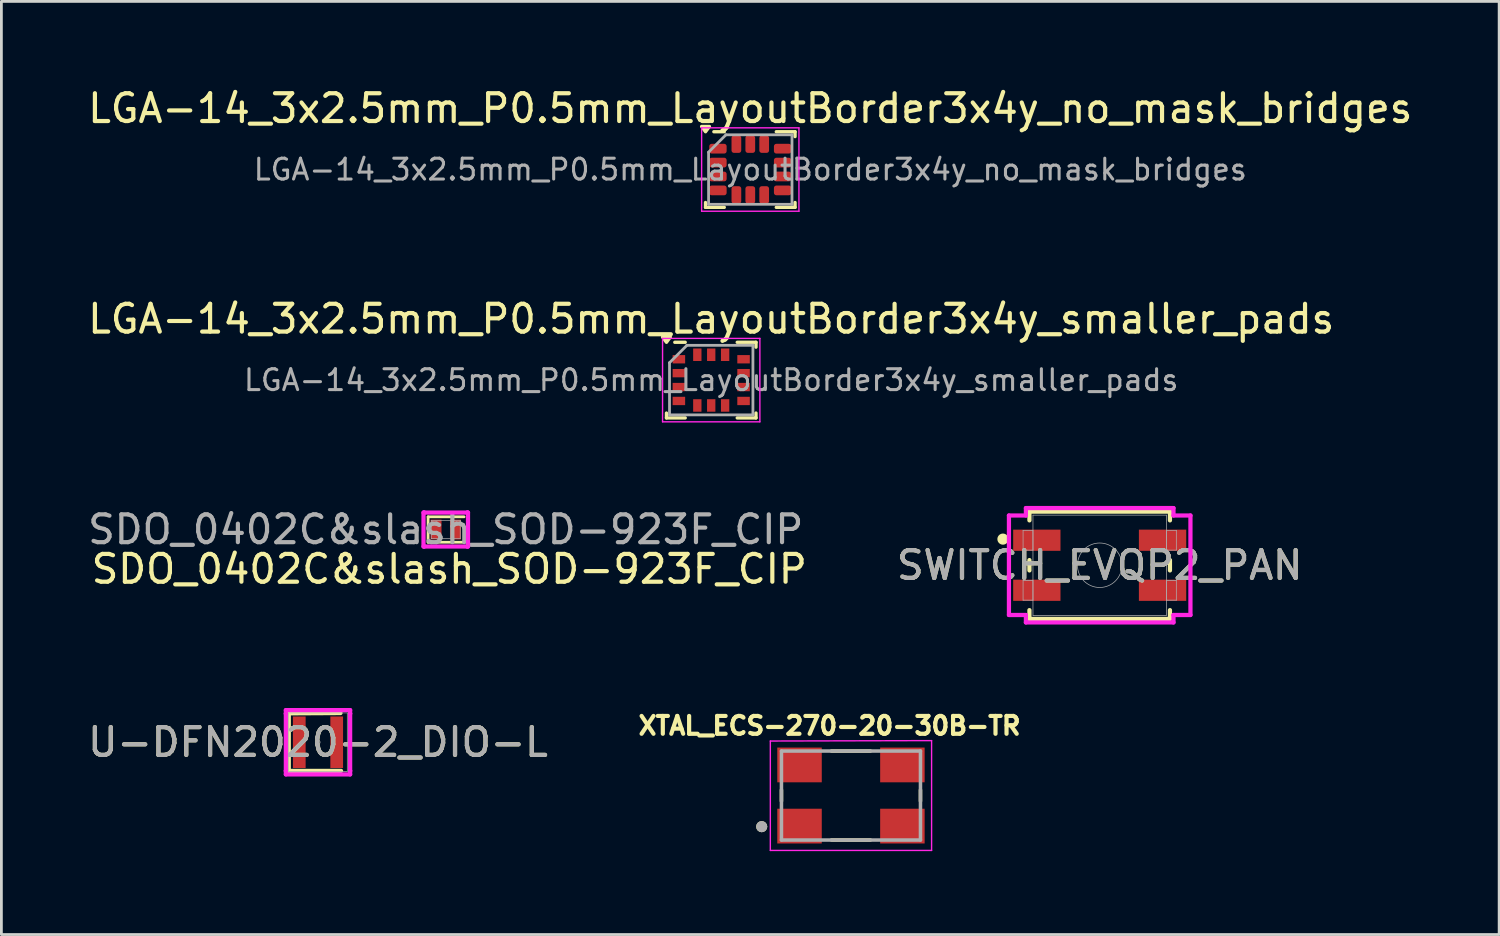
<source format=kicad_pcb>
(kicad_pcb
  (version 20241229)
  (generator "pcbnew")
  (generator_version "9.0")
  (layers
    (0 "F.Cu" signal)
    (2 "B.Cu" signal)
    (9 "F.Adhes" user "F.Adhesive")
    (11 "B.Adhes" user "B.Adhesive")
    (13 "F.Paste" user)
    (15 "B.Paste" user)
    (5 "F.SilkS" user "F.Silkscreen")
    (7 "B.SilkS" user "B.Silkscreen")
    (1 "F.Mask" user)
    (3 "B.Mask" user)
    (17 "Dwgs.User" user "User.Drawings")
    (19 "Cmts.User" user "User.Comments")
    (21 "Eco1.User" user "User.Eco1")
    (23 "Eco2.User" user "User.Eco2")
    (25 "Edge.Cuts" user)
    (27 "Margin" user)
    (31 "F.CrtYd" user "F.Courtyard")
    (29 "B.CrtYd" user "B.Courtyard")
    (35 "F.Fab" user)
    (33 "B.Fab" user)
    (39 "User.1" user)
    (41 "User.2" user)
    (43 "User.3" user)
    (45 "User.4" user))
  (footprint "XTAL_ECS-270-20-30B-TR"
    (layer "F.Cu")
    (at 27.556 25.562)
    (property "Reference" "XTAL_ECS-270-20-30B-TR" (at -0.769 -2.51 0) (layer "F.SilkS") (effects (font (size 0.641 0.641) (thickness 0.15))))
    (attr smd)
    (fp_line (start -2.5 0.2) (end -2.5 -0.2) (stroke (width 0.127) (type solid)) (layer "F.SilkS"))
    (fp_line (start -0.7 1.6) (end 0.7 1.6) (stroke (width 0.127) (type solid)) (layer "F.SilkS"))
    (fp_line (start 0.7 -1.6) (end -0.7 -1.6) (stroke (width 0.127) (type solid)) (layer "F.SilkS"))
    (fp_line (start 2.5 0.2) (end 2.5 -0.2) (stroke (width 0.127) (type solid)) (layer "F.SilkS"))
    (fp_circle (center -3.21 1.12) (end -3.11 1.12) (stroke (width 0.2) (type solid)) (fill no) (layer "F.SilkS"))
    (fp_line (start -2.9 -1.96) (end -2.9 1.975) (stroke (width 0.05) (type solid)) (layer "F.CrtYd"))
    (fp_line (start -2.9 1.975) (end 2.9 1.975) (stroke (width 0.05) (type solid)) (layer "F.CrtYd"))
    (fp_line (start 2.9 -1.975) (end -2.9 -1.96) (stroke (width 0.05) (type solid)) (layer "F.CrtYd"))
    (fp_line (start 2.9 1.975) (end 2.9 -1.975) (stroke (width 0.05) (type solid)) (layer "F.CrtYd"))
    (fp_line (start -2.5 -1.6) (end -2.5 1.6) (stroke (width 0.127) (type solid)) (layer "F.Fab"))
    (fp_line (start -2.5 1.6) (end 2.5 1.6) (stroke (width 0.127) (type solid)) (layer "F.Fab"))
    (fp_line (start 2.5 -1.6) (end -2.5 -1.6) (stroke (width 0.127) (type solid)) (layer "F.Fab"))
    (fp_line (start 2.5 1.6) (end 2.5 -1.6) (stroke (width 0.127) (type solid)) (layer "F.Fab"))
    (fp_circle (center -3.21 1.12) (end -3.11 1.12) (stroke (width 0.2) (type solid)) (fill no) (layer "F.Fab"))
    (pad "1" smd rect (at -1.85 1.1) (size 1.6 1.25) (layers "F.Cu" "F.Mask" "F.Paste"))
    (pad "2" smd rect (at 1.85 1.1) (size 1.6 1.25) (layers "F.Cu" "F.Mask" "F.Paste"))
    (pad "3" smd rect (at 1.85 -1.1) (size 1.6 1.25) (layers "F.Cu" "F.Mask" "F.Paste"))
    (pad "4" smd rect (at -1.85 -1.1) (size 1.6 1.25) (layers "F.Cu" "F.Mask" "F.Paste")))
  (footprint "SDO_0402C&slash_SOD-923F_CIP"
    (layer "F.Cu")
    (at 12.982 15.995)
    (property "Reference" "SDO_0402C&slash_SOD-923F_CIP" (at 0.127 1.422 0) (unlocked yes) (layer "F.SilkS") (effects (font (size 1 1) (thickness 0.15))))
    (attr smd)
    (fp_line (start -0.635 -0.457) (end -0.635 0.457) (stroke (width 0.1) (type default)) (layer "F.SilkS"))
    (fp_line (start -0.635 0.457) (end 0.66 0.457) (stroke (width 0.1) (type default)) (layer "F.SilkS"))
    (fp_line (start 0.66 -0.457) (end -0.635 -0.457) (stroke (width 0.1) (type default)) (layer "F.SilkS"))
    (fp_line (start -0.8 -0.61) (end -0.775 -0.61) (stroke (width 0.152) (type solid)) (layer "F.CrtYd"))
    (fp_line (start -0.8 0.61) (end -0.8 -0.61) (stroke (width 0.152) (type solid)) (layer "F.CrtYd"))
    (fp_line (start -0.775 -0.61) (end -0.775 -0.61) (stroke (width 0.152) (type solid)) (layer "F.CrtYd"))
    (fp_line (start -0.775 -0.61) (end 0.775 -0.61) (stroke (width 0.152) (type solid)) (layer "F.CrtYd"))
    (fp_line (start -0.775 0.61) (end -0.8 0.61) (stroke (width 0.152) (type solid)) (layer "F.CrtYd"))
    (fp_line (start -0.775 0.61) (end -0.775 0.61) (stroke (width 0.152) (type solid)) (layer "F.CrtYd"))
    (fp_line (start 0.775 -0.61) (end 0.775 -0.61) (stroke (width 0.152) (type solid)) (layer "F.CrtYd"))
    (fp_line (start 0.775 -0.61) (end 0.8 -0.61) (stroke (width 0.152) (type solid)) (layer "F.CrtYd"))
    (fp_line (start 0.775 0.61) (end -0.775 0.61) (stroke (width 0.152) (type solid)) (layer "F.CrtYd"))
    (fp_line (start 0.775 0.61) (end 0.775 0.61) (stroke (width 0.152) (type solid)) (layer "F.CrtYd"))
    (fp_line (start 0.8 -0.61) (end 0.8 0.61) (stroke (width 0.152) (type solid)) (layer "F.CrtYd"))
    (fp_line (start 0.8 0.61) (end 0.775 0.61) (stroke (width 0.152) (type solid)) (layer "F.CrtYd"))
    (fp_line (start -0.521 -0.33) (end -0.521 0.33) (stroke (width 0.025) (type solid)) (layer "F.Fab"))
    (fp_line (start -0.521 0.33) (end 0.521 0.33) (stroke (width 0.025) (type solid)) (layer "F.Fab"))
    (fp_line (start 0.521 -0.33) (end -0.521 -0.33) (stroke (width 0.025) (type solid)) (layer "F.Fab"))
    (fp_line (start 0.521 0.33) (end 0.521 -0.33) (stroke (width 0.025) (type solid)) (layer "F.Fab"))
    (fp_text user "${REFERENCE}" (at 0 0 0) (unlocked yes) (layer "F.Fab") (effects (font (size 1 1) (thickness 0.15))))
    (pad "1" smd rect (at -0.349 0) (size 0.394 0.711) (layers "F.Cu" "F.Mask" "F.Paste"))
    (pad "2" smd rect (at 0.349 0) (size 0.394 0.711) (layers "F.Cu" "F.Mask" "F.Paste"))
    (zone (net_name "") (layer "F.Cu") (hatch full 0.508) (connect_pads) (min_thickness 0.254) (filled_areas_thickness no) (keepout (tracks not_allowed) (vias not_allowed) (pads allowed) (copperpour not_allowed) (footprints allowed)) (placement (enabled no)) (fill) (polygon (pts (xy 12.881 15.69) (xy 13.084 15.69) (xy 13.084 16.3) (xy 12.881 16.3)))))
  (footprint "LGA-14_3x2.5mm_P0.5mm_LayoutBorder3x4y_smaller_pads"
    (layer "F.Cu")
    (at 22.53 10.621)
    (property "Reference" "LGA-14_3x2.5mm_P0.5mm_LayoutBorder3x4y_smaller_pads" (at 0 -2.2 0) (layer "F.SilkS") (effects (font (size 1 1) (thickness 0.15))))
    (attr smd)
    (fp_line (start -1.61 1.36) (end -1.61 1.185) (stroke (width 0.12) (type solid)) (layer "F.SilkS"))
    (fp_line (start -0.935 -1.36) (end -1.31 -1.36) (stroke (width 0.12) (type solid)) (layer "F.SilkS"))
    (fp_line (start -0.935 1.36) (end -1.61 1.36) (stroke (width 0.12) (type solid)) (layer "F.SilkS"))
    (fp_line (start 0.935 -1.36) (end 1.61 -1.36) (stroke (width 0.12) (type solid)) (layer "F.SilkS"))
    (fp_line (start 0.935 1.36) (end 1.61 1.36) (stroke (width 0.12) (type solid)) (layer "F.SilkS"))
    (fp_line (start 1.61 -1.36) (end 1.61 -1.185) (stroke (width 0.12) (type solid)) (layer "F.SilkS"))
    (fp_line (start 1.61 1.36) (end 1.61 1.185) (stroke (width 0.12) (type solid)) (layer "F.SilkS"))
    (fp_poly (pts (xy -1.61 -1.36) (xy -1.75 -1.55) (xy -1.47 -1.55) (xy -1.61 -1.36)) (stroke (width 0.12) (type solid)) (fill yes) (layer "F.SilkS"))
    (fp_line (start -1.75 -1.5) (end -1.75 1.5) (stroke (width 0.05) (type solid)) (layer "F.CrtYd"))
    (fp_line (start -1.75 1.5) (end 1.75 1.5) (stroke (width 0.05) (type solid)) (layer "F.CrtYd"))
    (fp_line (start 1.75 -1.5) (end -1.75 -1.5) (stroke (width 0.05) (type solid)) (layer "F.CrtYd"))
    (fp_line (start 1.75 1.5) (end 1.75 -1.5) (stroke (width 0.05) (type solid)) (layer "F.CrtYd"))
    (fp_line (start -1.5 -0.625) (end -0.875 -1.25) (stroke (width 0.1) (type solid)) (layer "F.Fab"))
    (fp_line (start -1.5 1.25) (end -1.5 -0.625) (stroke (width 0.1) (type solid)) (layer "F.Fab"))
    (fp_line (start -0.875 -1.25) (end 1.5 -1.25) (stroke (width 0.1) (type solid)) (layer "F.Fab"))
    (fp_line (start 1.5 -1.25) (end 1.5 1.25) (stroke (width 0.1) (type solid)) (layer "F.Fab"))
    (fp_line (start 1.5 1.25) (end -1.5 1.25) (stroke (width 0.1) (type solid)) (layer "F.Fab"))
    (fp_rect (start -1.5 -1.25) (end 1.5 1.25) (stroke (width 0.01) (type default)) (fill no) (layer "User.1"))
    (fp_text user "${REFERENCE}" (at 0 0 0) (layer "F.Fab") (effects (font (size 0.75 0.75) (thickness 0.11))))
    (pad "1" smd rect (at -1.163 -0.75) (size 0.45 0.3) (layers "F.Cu" "F.Mask" "F.Paste"))
    (pad "2" smd rect (at -1.163 -0.25) (size 0.45 0.3) (layers "F.Cu" "F.Mask" "F.Paste"))
    (pad "3" smd rect (at -1.163 0.25) (size 0.45 0.3) (layers "F.Cu" "F.Mask" "F.Paste"))
    (pad "4" smd rect (at -1.163 0.75) (size 0.45 0.3) (layers "F.Cu" "F.Mask" "F.Paste"))
    (pad "5" smd rect (at -0.5 0.912) (size 0.3 0.45) (layers "F.Cu" "F.Mask" "F.Paste"))
    (pad "6" smd rect (at 0 0.912) (size 0.3 0.45) (layers "F.Cu" "F.Mask" "F.Paste"))
    (pad "7" smd rect (at 0.5 0.912) (size 0.3 0.45) (layers "F.Cu" "F.Mask" "F.Paste"))
    (pad "8" smd rect (at 1.163 0.75) (size 0.45 0.3) (layers "F.Cu" "F.Mask" "F.Paste"))
    (pad "9" smd rect (at 1.163 0.25) (size 0.45 0.3) (layers "F.Cu" "F.Mask" "F.Paste"))
    (pad "10" smd rect (at 1.163 -0.25) (size 0.45 0.3) (layers "F.Cu" "F.Mask" "F.Paste"))
    (pad "11" smd rect (at 1.163 -0.75) (size 0.45 0.3) (layers "F.Cu" "F.Mask" "F.Paste"))
    (pad "12" smd rect (at 0.5 -0.912) (size 0.3 0.45) (layers "F.Cu" "F.Mask" "F.Paste"))
    (pad "13" smd rect (at 0 -0.912) (size 0.3 0.45) (layers "F.Cu" "F.Mask" "F.Paste"))
    (pad "14" smd rect (at -0.5 -0.912) (size 0.3 0.45) (layers "F.Cu" "F.Mask" "F.Paste")))
  (footprint "U-DFN2020-2_DIO-L"
    (layer "F.Cu")
    (at 8.387 23.646)
    (property "Reference" "U-DFN2020-2_DIO-L" (at 0 0 0) (unlocked yes) (layer "F.SilkS") (effects (font (size 1 1) (thickness 0.15))))
    (attr smd)
    (fp_line (start -1.05 -1.04) (end -1.05 1.03) (stroke (width 0.15) (type default)) (layer "F.SilkS"))
    (fp_line (start -1.05 1.03) (end 0.83 1.03) (stroke (width 0.15) (type solid)) (layer "F.SilkS"))
    (fp_line (start 0.81 -1.05) (end -1.05 -1.04) (stroke (width 0.15) (type solid)) (layer "F.SilkS"))
    (fp_line (start -1.156 -1.156) (end 1.156 -1.156) (stroke (width 0.152) (type solid)) (layer "F.CrtYd"))
    (fp_line (start -1.156 -1.029) (end -1.156 -1.156) (stroke (width 0.152) (type solid)) (layer "F.CrtYd"))
    (fp_line (start -1.156 -1.029) (end -1.156 -1.029) (stroke (width 0.152) (type solid)) (layer "F.CrtYd"))
    (fp_line (start -1.156 1.029) (end -1.156 -1.029) (stroke (width 0.152) (type solid)) (layer "F.CrtYd"))
    (fp_line (start -1.156 1.029) (end -1.156 1.029) (stroke (width 0.152) (type solid)) (layer "F.CrtYd"))
    (fp_line (start -1.156 1.156) (end -1.156 1.029) (stroke (width 0.152) (type solid)) (layer "F.CrtYd"))
    (fp_line (start 1.156 -1.156) (end 1.156 -1.029) (stroke (width 0.152) (type solid)) (layer "F.CrtYd"))
    (fp_line (start 1.156 -1.029) (end 1.156 -1.029) (stroke (width 0.152) (type solid)) (layer "F.CrtYd"))
    (fp_line (start 1.156 -1.029) (end 1.156 1.029) (stroke (width 0.152) (type solid)) (layer "F.CrtYd"))
    (fp_line (start 1.156 1.029) (end 1.156 1.029) (stroke (width 0.152) (type solid)) (layer "F.CrtYd"))
    (fp_line (start 1.156 1.029) (end 1.156 1.156) (stroke (width 0.152) (type solid)) (layer "F.CrtYd"))
    (fp_line (start 1.156 1.156) (end -1.156 1.156) (stroke (width 0.152) (type solid)) (layer "F.CrtYd"))
    (fp_line (start -1.054 -1.054) (end -1.054 1.054) (stroke (width 0.025) (type solid)) (layer "F.Fab"))
    (fp_line (start -1.054 1.054) (end 1.054 1.054) (stroke (width 0.025) (type solid)) (layer "F.Fab"))
    (fp_line (start 1.054 -1.054) (end -1.054 -1.054) (stroke (width 0.025) (type solid)) (layer "F.Fab"))
    (fp_line (start 1.054 1.054) (end 1.054 -1.054) (stroke (width 0.025) (type solid)) (layer "F.Fab"))
    (fp_circle (center 0 0) (end 0.076 0) (stroke (width 0.025) (type solid)) (fill no) (layer "F.Fab"))
    (fp_text user "${REFERENCE}" (at 0 0 0) (unlocked yes) (layer "F.Fab") (effects (font (size 1 1) (thickness 0.15))))
    (pad "1" smd rect (at -0.673 0) (size 0.457 1.854) (layers "F.Cu" "F.Mask" "F.Paste"))
    (pad "2" smd rect (at 0.673 0) (size 0.457 1.854) (layers "F.Cu" "F.Mask" "F.Paste")))
  (footprint "SWITCH_EVQP2_PAN"
    (layer "F.Cu")
    (at 36.502 17.28)
    (property "Reference" "SWITCH_EVQP2_PAN" (at 0 0 0) (unlocked yes) (layer "F.SilkS") (effects (font (size 1 1) (thickness 0.15))))
    (attr smd)
    (fp_line (start -2.527 -1.93) (end -2.527 -1.614) (stroke (width 0.152) (type solid)) (layer "F.SilkS"))
    (fp_line (start -2.527 -0.186) (end -2.527 0.186) (stroke (width 0.152) (type solid)) (layer "F.SilkS"))
    (fp_line (start -2.527 1.614) (end -2.527 1.93) (stroke (width 0.152) (type solid)) (layer "F.SilkS"))
    (fp_line (start -2.527 1.93) (end 2.527 1.93) (stroke (width 0.152) (type solid)) (layer "F.SilkS"))
    (fp_line (start 2.527 -1.93) (end -2.527 -1.93) (stroke (width 0.152) (type solid)) (layer "F.SilkS"))
    (fp_line (start 2.527 -1.614) (end 2.527 -1.93) (stroke (width 0.152) (type solid)) (layer "F.SilkS"))
    (fp_line (start 2.527 0.186) (end 2.527 -0.186) (stroke (width 0.152) (type solid)) (layer "F.SilkS"))
    (fp_line (start 2.527 1.93) (end 2.527 1.614) (stroke (width 0.152) (type solid)) (layer "F.SilkS"))
    (fp_circle (center -3.48 -0.94) (end -3.33 -0.94) (stroke (width 0.1) (type solid)) (fill yes) (layer "F.SilkS"))
    (fp_line (start -3.264 -1.789) (end -2.654 -1.789) (stroke (width 0.152) (type solid)) (layer "F.CrtYd"))
    (fp_line (start -3.264 1.789) (end -3.264 -1.789) (stroke (width 0.152) (type solid)) (layer "F.CrtYd"))
    (fp_line (start -2.654 -2.057) (end 2.654 -2.057) (stroke (width 0.152) (type solid)) (layer "F.CrtYd"))
    (fp_line (start -2.654 -1.789) (end -2.654 -2.057) (stroke (width 0.152) (type solid)) (layer "F.CrtYd"))
    (fp_line (start -2.654 1.789) (end -3.264 1.789) (stroke (width 0.152) (type solid)) (layer "F.CrtYd"))
    (fp_line (start -2.654 2.057) (end -2.654 1.789) (stroke (width 0.152) (type solid)) (layer "F.CrtYd"))
    (fp_line (start 2.654 -2.057) (end 2.654 -1.789) (stroke (width 0.152) (type solid)) (layer "F.CrtYd"))
    (fp_line (start 2.654 -1.789) (end 3.264 -1.789) (stroke (width 0.152) (type solid)) (layer "F.CrtYd"))
    (fp_line (start 2.654 1.789) (end 2.654 2.057) (stroke (width 0.152) (type solid)) (layer "F.CrtYd"))
    (fp_line (start 2.654 2.057) (end -2.654 2.057) (stroke (width 0.152) (type solid)) (layer "F.CrtYd"))
    (fp_line (start 3.264 -1.789) (end 3.264 1.789) (stroke (width 0.152) (type solid)) (layer "F.CrtYd"))
    (fp_line (start 3.264 1.789) (end 2.654 1.789) (stroke (width 0.152) (type solid)) (layer "F.CrtYd"))
    (fp_line (start -2.756 -1.256) (end -2.756 -0.544) (stroke (width 0.025) (type solid)) (layer "F.Fab"))
    (fp_line (start -2.756 -0.544) (end -2.4 -0.544) (stroke (width 0.025) (type solid)) (layer "F.Fab"))
    (fp_line (start -2.756 0.544) (end -2.756 1.256) (stroke (width 0.025) (type solid)) (layer "F.Fab"))
    (fp_line (start -2.756 1.256) (end -2.4 1.256) (stroke (width 0.025) (type solid)) (layer "F.Fab"))
    (fp_line (start -2.4 -1.803) (end -2.4 1.803) (stroke (width 0.025) (type solid)) (layer "F.Fab"))
    (fp_line (start -2.4 -1.256) (end -2.756 -1.256) (stroke (width 0.025) (type solid)) (layer "F.Fab"))
    (fp_line (start -2.4 -0.544) (end -2.4 -1.256) (stroke (width 0.025) (type solid)) (layer "F.Fab"))
    (fp_line (start -2.4 0.544) (end -2.756 0.544) (stroke (width 0.025) (type solid)) (layer "F.Fab"))
    (fp_line (start -2.4 1.256) (end -2.4 0.544) (stroke (width 0.025) (type solid)) (layer "F.Fab"))
    (fp_line (start -2.4 1.803) (end 2.4 1.803) (stroke (width 0.025) (type solid)) (layer "F.Fab"))
    (fp_line (start 2.4 -1.803) (end -2.4 -1.803) (stroke (width 0.025) (type solid)) (layer "F.Fab"))
    (fp_line (start 2.4 -1.256) (end 2.4 -0.544) (stroke (width 0.025) (type solid)) (layer "F.Fab"))
    (fp_line (start 2.4 -0.544) (end 2.756 -0.544) (stroke (width 0.025) (type solid)) (layer "F.Fab"))
    (fp_line (start 2.4 0.544) (end 2.4 1.256) (stroke (width 0.025) (type solid)) (layer "F.Fab"))
    (fp_line (start 2.4 1.256) (end 2.756 1.256) (stroke (width 0.025) (type solid)) (layer "F.Fab"))
    (fp_line (start 2.4 1.803) (end 2.4 -1.803) (stroke (width 0.025) (type solid)) (layer "F.Fab"))
    (fp_line (start 2.756 -1.256) (end 2.4 -1.256) (stroke (width 0.025) (type solid)) (layer "F.Fab"))
    (fp_line (start 2.756 -0.544) (end 2.756 -1.256) (stroke (width 0.025) (type solid)) (layer "F.Fab"))
    (fp_line (start 2.756 0.544) (end 2.4 0.544) (stroke (width 0.025) (type solid)) (layer "F.Fab"))
    (fp_line (start 2.756 1.256) (end 2.756 0.544) (stroke (width 0.025) (type solid)) (layer "F.Fab"))
    (fp_circle (center 0 0) (end 0.8 0) (stroke (width 0.025) (type solid)) (fill no) (layer "F.Fab"))
    (fp_text user "${REFERENCE}" (at 0 0 0) (unlocked yes) (layer "F.Fab") (effects (font (size 1 1) (thickness 0.15))))
    (pad "1" smd rect (at -2.261 -0.9) (size 1.702 0.762) (layers "F.Cu" "F.Mask" "F.Paste"))
    (pad "2" smd rect (at -2.261 0.9) (size 1.702 0.762) (layers "F.Cu" "F.Mask" "F.Paste"))
    (pad "3" smd rect (at 2.261 0.9) (size 1.702 0.762) (layers "F.Cu" "F.Mask" "F.Paste"))
    (pad "4" smd rect (at 2.261 -0.9) (size 1.702 0.762) (layers "F.Cu" "F.Mask" "F.Paste")))
  (footprint "LGA-14_3x2.5mm_P0.5mm_LayoutBorder3x4y_no_mask_bridges"
    (layer "F.Cu")
    (at 23.935 3.048)
    (property "Reference" "LGA-14_3x2.5mm_P0.5mm_LayoutBorder3x4y_no_mask_bridges" (at 0 -2.2 0) (layer "F.SilkS") (effects (font (size 1 1) (thickness 0.15))))
    (attr smd)
    (fp_rect (start -1.48 -0.93) (end -0.84 0.935) (stroke (width 0.01) (type solid)) (fill yes) (layer "F.Mask"))
    (fp_rect (start -0.84 -0.93) (end -0.685 -0.59) (stroke (width 0.01) (type solid)) (fill yes) (layer "F.Mask"))
    (fp_rect (start -0.84 0.58) (end -0.685 0.935) (stroke (width 0.01) (type solid)) (fill yes) (layer "F.Mask"))
    (fp_rect (start -0.685 -1.235) (end 0.685 -0.59) (stroke (width 0.01) (type solid)) (fill yes) (layer "F.Mask"))
    (fp_rect (start -0.685 0.58) (end 0.685 1.245) (stroke (width 0.01) (type solid)) (fill yes) (layer "F.Mask"))
    (fp_rect (start 0.685 -0.93) (end 0.84 -0.59) (stroke (width 0.01) (type solid)) (fill yes) (layer "F.Mask"))
    (fp_rect (start 0.685 0.58) (end 0.84 0.935) (stroke (width 0.01) (type solid)) (fill yes) (layer "F.Mask"))
    (fp_rect (start 0.84 -0.93) (end 1.48 0.935) (stroke (width 0.01) (type solid)) (fill yes) (layer "F.Mask"))
    (fp_line (start -1.61 1.36) (end -1.61 1.185) (stroke (width 0.12) (type solid)) (layer "F.SilkS"))
    (fp_line (start -0.935 -1.36) (end -1.31 -1.36) (stroke (width 0.12) (type solid)) (layer "F.SilkS"))
    (fp_line (start -0.935 1.36) (end -1.61 1.36) (stroke (width 0.12) (type solid)) (layer "F.SilkS"))
    (fp_line (start 0.935 -1.36) (end 1.61 -1.36) (stroke (width 0.12) (type solid)) (layer "F.SilkS"))
    (fp_line (start 0.935 1.36) (end 1.61 1.36) (stroke (width 0.12) (type solid)) (layer "F.SilkS"))
    (fp_line (start 1.61 -1.36) (end 1.61 -1.185) (stroke (width 0.12) (type solid)) (layer "F.SilkS"))
    (fp_line (start 1.61 1.36) (end 1.61 1.185) (stroke (width 0.12) (type solid)) (layer "F.SilkS"))
    (fp_poly (pts (xy -1.61 -1.36) (xy -1.75 -1.55) (xy -1.47 -1.55) (xy -1.61 -1.36)) (stroke (width 0.12) (type solid)) (fill yes) (layer "F.SilkS"))
    (fp_line (start -1.75 -1.5) (end -1.75 1.5) (stroke (width 0.05) (type solid)) (layer "F.CrtYd"))
    (fp_line (start -1.75 1.5) (end 1.75 1.5) (stroke (width 0.05) (type solid)) (layer "F.CrtYd"))
    (fp_line (start 1.75 -1.5) (end -1.75 -1.5) (stroke (width 0.05) (type solid)) (layer "F.CrtYd"))
    (fp_line (start 1.75 1.5) (end 1.75 -1.5) (stroke (width 0.05) (type solid)) (layer "F.CrtYd"))
    (fp_line (start -1.5 -0.625) (end -0.875 -1.25) (stroke (width 0.1) (type solid)) (layer "F.Fab"))
    (fp_line (start -1.5 1.25) (end -1.5 -0.625) (stroke (width 0.1) (type solid)) (layer "F.Fab"))
    (fp_line (start -0.875 -1.25) (end 1.5 -1.25) (stroke (width 0.1) (type solid)) (layer "F.Fab"))
    (fp_line (start 1.5 -1.25) (end 1.5 1.25) (stroke (width 0.1) (type solid)) (layer "F.Fab"))
    (fp_line (start 1.5 1.25) (end -1.5 1.25) (stroke (width 0.1) (type solid)) (layer "F.Fab"))
    (fp_text user "${REFERENCE}" (at 0 0 0) (layer "F.Fab") (effects (font (size 0.75 0.75) (thickness 0.11))))
    (pad "1" smd roundrect (at -1.163 -0.75) (size 0.625 0.35) (layers "F.Cu" "F.Paste") (roundrect_rratio 0.25))
    (pad "2" smd roundrect (at -1.163 -0.25) (size 0.625 0.35) (layers "F.Cu" "F.Paste") (roundrect_rratio 0.25))
    (pad "3" smd roundrect (at -1.163 0.25) (size 0.625 0.35) (layers "F.Cu" "F.Paste") (roundrect_rratio 0.25))
    (pad "4" smd roundrect (at -1.163 0.75) (size 0.625 0.35) (layers "F.Cu" "F.Paste") (roundrect_rratio 0.25))
    (pad "5" smd roundrect (at -0.5 0.912) (size 0.35 0.625) (layers "F.Cu" "F.Paste") (roundrect_rratio 0.25))
    (pad "6" smd roundrect (at 0 0.912) (size 0.35 0.625) (layers "F.Cu" "F.Paste") (roundrect_rratio 0.25))
    (pad "7" smd roundrect (at 0.5 0.912) (size 0.35 0.625) (layers "F.Cu" "F.Paste") (roundrect_rratio 0.25))
    (pad "8" smd roundrect (at 1.163 0.75) (size 0.625 0.35) (layers "F.Cu" "F.Paste") (roundrect_rratio 0.25))
    (pad "9" smd roundrect (at 1.163 0.25) (size 0.625 0.35) (layers "F.Cu" "F.Paste") (roundrect_rratio 0.25))
    (pad "10" smd roundrect (at 1.163 -0.25) (size 0.625 0.35) (layers "F.Cu" "F.Paste") (roundrect_rratio 0.25))
    (pad "11" smd roundrect (at 1.163 -0.75) (size 0.625 0.35) (layers "F.Cu" "F.Paste") (roundrect_rratio 0.25))
    (pad "12" smd roundrect (at 0.5 -0.912) (size 0.35 0.625) (layers "F.Cu" "F.Paste") (roundrect_rratio 0.25))
    (pad "13" smd roundrect (at 0 -0.912) (size 0.35 0.625) (layers "F.Cu" "F.Paste") (roundrect_rratio 0.25))
    (pad "14" smd roundrect (at -0.5 -0.912) (size 0.35 0.625) (layers "F.Cu" "F.Paste") (roundrect_rratio 0.25)))
  (gr_rect
    (start -3 -3)
    (end 50.869 30.562)
    (stroke (width 0.1) (type default))
    (fill no)
    (layer "Edge.Cuts")))
</source>
